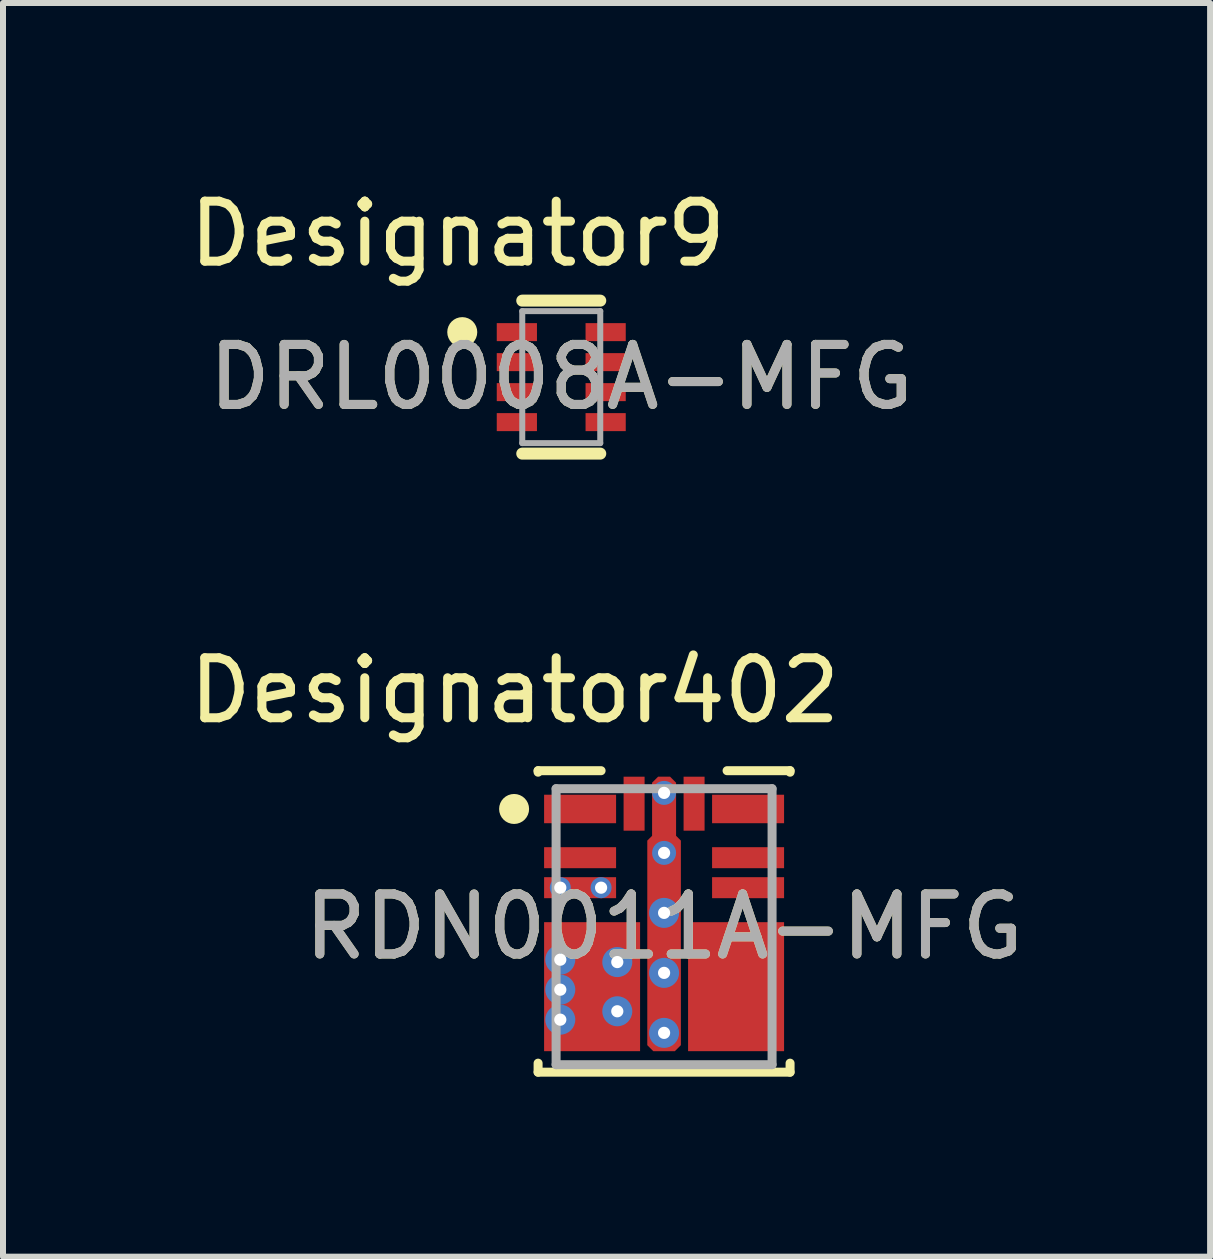
<source format=kicad_pcb>
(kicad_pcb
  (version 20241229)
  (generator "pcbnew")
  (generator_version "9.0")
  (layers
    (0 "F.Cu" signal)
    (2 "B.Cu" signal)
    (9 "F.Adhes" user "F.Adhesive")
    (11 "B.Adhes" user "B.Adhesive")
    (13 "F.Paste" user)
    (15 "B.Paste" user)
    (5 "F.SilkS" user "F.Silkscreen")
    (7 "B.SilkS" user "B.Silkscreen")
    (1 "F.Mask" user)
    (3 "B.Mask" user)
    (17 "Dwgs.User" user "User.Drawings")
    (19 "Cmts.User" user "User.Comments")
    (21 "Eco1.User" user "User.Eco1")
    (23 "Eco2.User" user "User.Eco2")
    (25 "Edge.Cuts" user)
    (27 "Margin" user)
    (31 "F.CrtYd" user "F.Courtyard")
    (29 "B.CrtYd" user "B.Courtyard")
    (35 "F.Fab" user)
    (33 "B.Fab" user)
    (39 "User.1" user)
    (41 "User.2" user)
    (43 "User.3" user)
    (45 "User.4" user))
  (footprint "DRL0008A-MFG"
    (layer "F.Cu")
    (at 6.305 3.236)
    (property "Reference" "DRL0008A-MFG" (at 0 0 0) (unlocked yes) (layer "F.SilkS") (effects (font (size 1 1) (thickness 0.15))))
    (attr smd)
    (fp_line (start -0.65 -1.275) (end 0.65 -1.275) (stroke (width 0.2) (type solid)) (layer "F.SilkS"))
    (fp_line (start -0.65 1.275) (end 0.65 1.275) (stroke (width 0.2) (type solid)) (layer "F.SilkS"))
    (fp_circle (center -1.65 -0.75) (end -1.525 -0.75) (stroke (width 0.25) (type solid)) (fill no) (layer "F.SilkS"))
    (fp_line (start -0.65 -1.1) (end 0.65 -1.1) (stroke (width 0.1) (type solid)) (layer "F.Fab"))
    (fp_line (start -0.65 1.1) (end -0.65 -1.1) (stroke (width 0.1) (type solid)) (layer "F.Fab"))
    (fp_line (start -0.65 1.1) (end 0.65 1.1) (stroke (width 0.1) (type solid)) (layer "F.Fab"))
    (fp_line (start 0.65 1.1) (end 0.65 -1.1) (stroke (width 0.1) (type solid)) (layer "F.Fab"))
    (fp_text user "Designator9" (at -1.727 -2.388 0) (unlocked yes) (layer "F.SilkS") (effects (font (size 1 1) (thickness 0.15))))
    (fp_text user "${REFERENCE}" (at 0 0 0) (unlocked yes) (layer "F.Fab") (effects (font (size 1 1) (thickness 0.15))))
    (pad "1" smd rect (at -0.74 -0.75) (size 0.67 0.3) (layers "F.Cu" "F.Mask" "F.Paste"))
    (pad "2" smd rect (at -0.74 -0.25) (size 0.67 0.3) (layers "F.Cu" "F.Mask" "F.Paste"))
    (pad "3" smd rect (at -0.74 0.25) (size 0.67 0.3) (layers "F.Cu" "F.Mask" "F.Paste"))
    (pad "4" smd rect (at -0.74 0.75) (size 0.67 0.3) (layers "F.Cu" "F.Mask" "F.Paste"))
    (pad "5" smd rect (at 0.74 0.75) (size 0.67 0.3) (layers "F.Cu" "F.Mask" "F.Paste"))
    (pad "6" smd rect (at 0.74 0.25) (size 0.67 0.3) (layers "F.Cu" "F.Mask" "F.Paste"))
    (pad "7" smd rect (at 0.74 -0.25) (size 0.67 0.3) (layers "F.Cu" "F.Mask" "F.Paste"))
    (pad "8" smd rect (at 0.74 -0.75) (size 0.67 0.3) (layers "F.Cu" "F.Mask" "F.Paste")))
  (footprint "RDN0011A-MFG"
    (layer "F.Cu")
    (at 8.019 12.396)
    (property "Reference" "RDN0011A-MFG" (at 0 0 0) (unlocked yes) (layer "F.SilkS") (effects (font (size 1 1) (thickness 0.15))))
    (attr through_hole)
    (fp_poly (pts (xy -0.2 -2.4) (xy -0.1 -2.5) (xy 0.1 -2.5) (xy 0.2 -2.4) (xy 0.2 -1.515) (xy 0.24 -1.475) (xy 0.24 -1.475) (xy 0.28 -1.435) (xy 0.28 1.975) (xy 0.18 2.075) (xy -0.18 2.075) (xy -0.28 1.975) (xy -0.28 -1.435) (xy -0.24 -1.475) (xy -0.24 -1.475) (xy -0.2 -1.515)) (stroke (width 0) (type solid)) (fill yes) (layer "F.Cu"))
    (fp_poly (pts (xy -1.95 -2.099) (xy -1.9 -2.15) (xy -0.9 -2.15) (xy -0.85 -2.099) (xy -0.85 -1.825) (xy -0.9 -1.774) (xy -1.9 -1.774) (xy -1.95 -1.825)) (stroke (width 0) (type solid)) (fill yes) (layer "F.Mask"))
    (fp_poly (pts (xy -1.9 -1.025) (xy -1.95 -1.075) (xy -1.95 -1.225) (xy -1.9 -1.275) (xy -0.9 -1.275) (xy -0.85 -1.225) (xy -0.85 -1.075) (xy -0.9 -1.025)) (stroke (width 0) (type solid)) (fill yes) (layer "F.Mask"))
    (fp_poly (pts (xy -0.9 -0.775) (xy -0.85 -0.725) (xy -0.85 -0.575) (xy -0.9 -0.525) (xy -1.9 -0.525) (xy -1.95 -0.575) (xy -1.95 -0.725) (xy -1.9 -0.775)) (stroke (width 0) (type solid)) (fill yes) (layer "F.Mask"))
    (fp_poly (pts (xy -0.425 -1.65) (xy -0.575 -1.65) (xy -0.625 -1.7) (xy -0.625 -2.4) (xy -0.575 -2.45) (xy -0.425 -2.45) (xy -0.375 -2.4) (xy -0.375 -1.7)) (stroke (width 0) (type solid)) (fill yes) (layer "F.Mask"))
    (fp_poly (pts (xy -0.15 -2.4) (xy -0.1 -2.45) (xy 0.1 -2.45) (xy 0.15 -2.4) (xy 0.15 -0.974) (xy 0.1 -0.924) (xy -0.1 -0.924) (xy -0.15 -0.974)) (stroke (width 0) (type solid)) (fill yes) (layer "F.Mask"))
    (fp_poly (pts (xy 0.575 -1.65) (xy 0.425 -1.65) (xy 0.375 -1.7) (xy 0.375 -2.4) (xy 0.425 -2.45) (xy 0.575 -2.45) (xy 0.625 -2.4) (xy 0.625 -1.7)) (stroke (width 0) (type solid)) (fill yes) (layer "F.Mask"))
    (fp_poly (pts (xy 0.85 -1.075) (xy 0.85 -1.225) (xy 0.9 -1.275) (xy 1.9 -1.275) (xy 1.95 -1.225) (xy 1.95 -1.075) (xy 1.9 -1.025) (xy 0.9 -1.025)) (stroke (width 0) (type solid)) (fill yes) (layer "F.Mask"))
    (fp_poly (pts (xy 0.85 -0.725) (xy 0.9 -0.775) (xy 1.9 -0.775) (xy 1.95 -0.725) (xy 1.95 -0.575) (xy 1.9 -0.525) (xy 0.9 -0.525) (xy 0.85 -0.575)) (stroke (width 0) (type solid)) (fill yes) (layer "F.Mask"))
    (fp_poly (pts (xy 1.95 -2.099) (xy 1.95 -1.825) (xy 1.9 -1.774) (xy 0.9 -1.774) (xy 0.85 -1.825) (xy 0.85 -2.099) (xy 0.9 -2.15) (xy 1.9 -2.15)) (stroke (width 0) (type solid)) (fill yes) (layer "F.Mask"))
    (fp_poly (pts (xy -0.5 2.025) (xy -0.45 1.975) (xy -0.45 0.025) (xy -0.5 -0.025) (xy -1.525 -0.025) (xy -1.575 0.025) (xy -1.575 0.125) (xy -1.625 0.175) (xy -1.9 0.175) (xy -1.95 0.225) (xy -1.95 0.375) (xy -1.9 0.425) (xy -1.625 0.425) (xy -1.575 0.475) (xy -1.575 0.625) (xy -1.625 0.675) (xy -1.9 0.675) (xy -1.95 0.725) (xy -1.95 0.875) (xy -1.9 0.925) (xy -1.625 0.925) (xy -1.575 0.975) (xy -1.575 1.125) (xy -1.625 1.175) (xy -1.9 1.175) (xy -1.95 1.225) (xy -1.95 1.375) (xy -1.9 1.425) (xy -1.625 1.425) (xy -1.575 1.475) (xy -1.575 1.625) (xy -1.625 1.675) (xy -1.9 1.675) (xy -1.95 1.725) (xy -1.95 1.875) (xy -1.9 1.925) (xy -1.625 1.925) (xy -1.575 1.975) (xy -1.575 1.975) (xy -1.525 2.025)) (stroke (width 0) (type solid)) (fill yes) (layer "F.Mask"))
    (fp_poly (pts (xy 0.5 2.025) (xy 0.45 1.975) (xy 0.45 0.025) (xy 0.5 -0.025) (xy 1.525 -0.025) (xy 1.575 0.025) (xy 1.575 0.125) (xy 1.625 0.175) (xy 1.9 0.175) (xy 1.95 0.225) (xy 1.95 0.375) (xy 1.9 0.425) (xy 1.625 0.425) (xy 1.575 0.475) (xy 1.575 0.625) (xy 1.625 0.675) (xy 1.9 0.675) (xy 1.95 0.725) (xy 1.95 0.875) (xy 1.9 0.925) (xy 1.625 0.925) (xy 1.575 0.975) (xy 1.575 1.125) (xy 1.625 1.175) (xy 1.9 1.175) (xy 1.95 1.225) (xy 1.95 1.375) (xy 1.9 1.425) (xy 1.625 1.425) (xy 1.575 1.475) (xy 1.575 1.625) (xy 1.625 1.675) (xy 1.9 1.675) (xy 1.95 1.725) (xy 1.95 1.875) (xy 1.9 1.925) (xy 1.625 1.925) (xy 1.575 1.975) (xy 1.575 1.975) (xy 1.525 2.025)) (stroke (width 0) (type solid)) (fill yes) (layer "F.Mask"))
    (fp_line (start -2.1 -2.6) (end -1.05 -2.6) (stroke (width 0.15) (type solid)) (layer "F.SilkS"))
    (fp_line (start -2.1 -2.575) (end -2.1 -2.6) (stroke (width 0.15) (type solid)) (layer "F.SilkS"))
    (fp_line (start -2.1 2.425) (end -2.1 2.275) (stroke (width 0.15) (type solid)) (layer "F.SilkS"))
    (fp_line (start -2.1 2.425) (end 2.1 2.425) (stroke (width 0.15) (type solid)) (layer "F.SilkS"))
    (fp_line (start 1.05 -2.6) (end 2.1 -2.6) (stroke (width 0.15) (type solid)) (layer "F.SilkS"))
    (fp_line (start 2.1 -2.575) (end 2.1 -2.6) (stroke (width 0.15) (type solid)) (layer "F.SilkS"))
    (fp_line (start 2.1 2.425) (end 2.1 2.275) (stroke (width 0.15) (type solid)) (layer "F.SilkS"))
    (fp_circle (center -2.5 -1.962) (end -2.375 -1.962) (stroke (width 0.25) (type solid)) (fill no) (layer "F.SilkS"))
    (fp_poly (pts (xy -1.95 -2.099) (xy -1.9 -2.15) (xy -0.9 -2.15) (xy -0.85 -2.099) (xy -0.85 -1.825) (xy -0.9 -1.774) (xy -1.9 -1.774) (xy -1.95 -1.825)) (stroke (width 0) (type solid)) (fill yes) (layer "F.Paste"))
    (fp_poly (pts (xy -1.9 -1.025) (xy -1.95 -1.075) (xy -1.95 -1.225) (xy -1.9 -1.275) (xy -0.9 -1.275) (xy -0.85 -1.225) (xy -0.85 -1.075) (xy -0.9 -1.025)) (stroke (width 0) (type solid)) (fill yes) (layer "F.Paste"))
    (fp_poly (pts (xy -1.575 0.225) (xy -1.575 0.375) (xy -1.625 0.425) (xy -1.9 0.425) (xy -1.95 0.375) (xy -1.95 0.225) (xy -1.9 0.175) (xy -1.625 0.175)) (stroke (width 0) (type solid)) (fill yes) (layer "F.Paste"))
    (fp_poly (pts (xy -1.575 0.725) (xy -1.575 0.875) (xy -1.625 0.925) (xy -1.9 0.925) (xy -1.95 0.875) (xy -1.95 0.725) (xy -1.9 0.675) (xy -1.625 0.675)) (stroke (width 0) (type solid)) (fill yes) (layer "F.Paste"))
    (fp_poly (pts (xy -1.575 1.225) (xy -1.575 1.375) (xy -1.625 1.425) (xy -1.9 1.425) (xy -1.95 1.375) (xy -1.95 1.225) (xy -1.9 1.175) (xy -1.625 1.175)) (stroke (width 0) (type solid)) (fill yes) (layer "F.Paste"))
    (fp_poly (pts (xy -1.575 1.725) (xy -1.575 1.875) (xy -1.625 1.925) (xy -1.9 1.925) (xy -1.95 1.875) (xy -1.95 1.725) (xy -1.9 1.675) (xy -1.625 1.675)) (stroke (width 0) (type solid)) (fill yes) (layer "F.Paste"))
    (fp_poly (pts (xy -1.38 0.443) (xy -1.38 0.028) (xy -1.33 -0.022) (xy -0.5 -0.022) (xy -0.45 0.028) (xy -0.45 0.443) (xy -0.5 0.493) (xy -1.33 0.493)) (stroke (width 0) (type solid)) (fill yes) (layer "F.Paste"))
    (fp_poly (pts (xy -1.33 1.31) (xy -1.38 1.26) (xy -1.38 0.74) (xy -1.33 0.69) (xy -0.5 0.69) (xy -0.45 0.74) (xy -0.45 1.26) (xy -0.5 1.31)) (stroke (width 0) (type solid)) (fill yes) (layer "F.Paste"))
    (fp_poly (pts (xy -1.33 1.512) (xy -0.5 1.512) (xy -0.45 1.562) (xy -0.45 1.977) (xy -0.5 2.027) (xy -1.33 2.027) (xy -1.38 1.977) (xy -1.38 1.562)) (stroke (width 0) (type solid)) (fill yes) (layer "F.Paste"))
    (fp_poly (pts (xy -0.9 -0.775) (xy -0.85 -0.725) (xy -0.85 -0.575) (xy -0.9 -0.525) (xy -1.9 -0.525) (xy -1.95 -0.575) (xy -1.95 -0.725) (xy -1.9 -0.775)) (stroke (width 0) (type solid)) (fill yes) (layer "F.Paste"))
    (fp_poly (pts (xy -0.425 -1.65) (xy -0.575 -1.65) (xy -0.625 -1.7) (xy -0.625 -2.4) (xy -0.575 -2.45) (xy -0.425 -2.45) (xy -0.375 -2.4) (xy -0.375 -1.7)) (stroke (width 0) (type solid)) (fill yes) (layer "F.Paste"))
    (fp_poly (pts (xy -0.15 -2.4) (xy -0.1 -2.45) (xy 0.1 -2.45) (xy 0.15 -2.4) (xy 0.15 -0.974) (xy 0.1 -0.924) (xy -0.1 -0.924) (xy -0.15 -0.974)) (stroke (width 0) (type solid)) (fill yes) (layer "F.Paste"))
    (fp_poly (pts (xy 0.45 1.26) (xy 0.45 0.74) (xy 0.5 0.69) (xy 1.33 0.69) (xy 1.38 0.74) (xy 1.38 1.26) (xy 1.33 1.31) (xy 0.5 1.31)) (stroke (width 0) (type solid)) (fill yes) (layer "F.Paste"))
    (fp_poly (pts (xy 0.575 -1.65) (xy 0.425 -1.65) (xy 0.375 -1.7) (xy 0.375 -2.4) (xy 0.425 -2.45) (xy 0.575 -2.45) (xy 0.625 -2.4) (xy 0.625 -1.7)) (stroke (width 0) (type solid)) (fill yes) (layer "F.Paste"))
    (fp_poly (pts (xy 0.85 -1.075) (xy 0.85 -1.225) (xy 0.9 -1.275) (xy 1.9 -1.275) (xy 1.95 -1.225) (xy 1.95 -1.075) (xy 1.9 -1.025) (xy 0.9 -1.025)) (stroke (width 0) (type solid)) (fill yes) (layer "F.Paste"))
    (fp_poly (pts (xy 0.85 -0.725) (xy 0.9 -0.775) (xy 1.9 -0.775) (xy 1.95 -0.725) (xy 1.95 -0.575) (xy 1.9 -0.525) (xy 0.9 -0.525) (xy 0.85 -0.575)) (stroke (width 0) (type solid)) (fill yes) (layer "F.Paste"))
    (fp_poly (pts (xy 1.33 0.493) (xy 0.5 0.493) (xy 0.45 0.443) (xy 0.45 0.028) (xy 0.5 -0.022) (xy 1.33 -0.022) (xy 1.38 0.028) (xy 1.38 0.443)) (stroke (width 0) (type solid)) (fill yes) (layer "F.Paste"))
    (fp_poly (pts (xy 1.38 1.562) (xy 1.38 1.977) (xy 1.33 2.027) (xy 0.5 2.027) (xy 0.45 1.977) (xy 0.45 1.562) (xy 0.5 1.512) (xy 1.33 1.512)) (stroke (width 0) (type solid)) (fill yes) (layer "F.Paste"))
    (fp_poly (pts (xy 1.95 0.225) (xy 1.95 0.375) (xy 1.9 0.425) (xy 1.625 0.425) (xy 1.575 0.375) (xy 1.575 0.225) (xy 1.625 0.175) (xy 1.9 0.175)) (stroke (width 0) (type solid)) (fill yes) (layer "F.Paste"))
    (fp_poly (pts (xy 1.95 0.725) (xy 1.95 0.875) (xy 1.9 0.925) (xy 1.625 0.925) (xy 1.575 0.875) (xy 1.575 0.725) (xy 1.625 0.675) (xy 1.9 0.675)) (stroke (width 0) (type solid)) (fill yes) (layer "F.Paste"))
    (fp_poly (pts (xy 1.95 1.225) (xy 1.95 1.375) (xy 1.9 1.425) (xy 1.625 1.425) (xy 1.575 1.375) (xy 1.575 1.225) (xy 1.625 1.175) (xy 1.9 1.175)) (stroke (width 0) (type solid)) (fill yes) (layer "F.Paste"))
    (fp_poly (pts (xy 1.95 1.725) (xy 1.95 1.875) (xy 1.9 1.925) (xy 1.625 1.925) (xy 1.575 1.875) (xy 1.575 1.725) (xy 1.625 1.675) (xy 1.9 1.675)) (stroke (width 0) (type solid)) (fill yes) (layer "F.Paste"))
    (fp_poly (pts (xy 1.95 -2.099) (xy 1.95 -1.825) (xy 1.9 -1.774) (xy 0.9 -1.774) (xy 0.85 -1.825) (xy 0.85 -2.099) (xy 0.9 -2.15) (xy 1.9 -2.15)) (stroke (width 0) (type solid)) (fill yes) (layer "F.Paste"))
    (fp_line (start -1.8 -2.3) (end 1.8 -2.3) (stroke (width 0.15) (type solid)) (layer "F.Fab"))
    (fp_line (start -1.8 2.3) (end -1.8 -2.3) (stroke (width 0.15) (type solid)) (layer "F.Fab"))
    (fp_line (start -1.8 2.3) (end 1.8 2.3) (stroke (width 0.15) (type solid)) (layer "F.Fab"))
    (fp_line (start 1.8 2.3) (end 1.8 -2.3) (stroke (width 0.15) (type solid)) (layer "F.Fab"))
    (fp_text user "Designator402" (at -2.489 -3.937 0) (unlocked yes) (layer "F.SilkS") (effects (font (size 1 1) (thickness 0.15))))
    (fp_text user "${REFERENCE}" (at 0 0 0) (unlocked yes) (layer "F.Fab") (effects (font (size 1 1) (thickness 0.15))))
    (pad "1" smd rect (at -1.4 -1.962) (size 1.2 0.475) (layers "F.Cu"))
    (pad "2" smd rect (at -1.4 -1.15) (size 1.2 0.35) (layers "F.Cu"))
    (pad "3" smd rect (at -1.4 -0.65) (size 1.2 0.35) (layers "F.Cu"))
    (pad "4" smd rect (at -1.2 1) (size 1.6 2.15) (layers "F.Cu"))
    (pad "5" smd rect (at 1.2 1) (size 1.6 2.15) (layers "F.Cu"))
    (pad "6" smd rect (at 1.4 -0.65) (size 1.2 0.35) (layers "F.Cu"))
    (pad "7" smd rect (at 1.4 -1.15) (size 1.2 0.35) (layers "F.Cu"))
    (pad "8" smd rect (at 1.4 -1.962) (size 1.2 0.475) (layers "F.Cu"))
    (pad "9" smd rect (at 0.5 -2.05) (size 0.35 0.9) (layers "F.Cu"))
    (pad "10" smd circle (at 0 -1.005) (size 0.504 0.504) (layers "F.Cu"))
    (pad "11" smd rect (at -0.5 -2.05) (size 0.35 0.9) (layers "F.Cu"))
    (pad "12" thru_hole circle (at -1.05 -0.65) (size 0.35 0.35) (drill 0.203) (layers "*.Cu" "*.Mask"))
    (pad "13" thru_hole circle (at -1.73 -0.65) (size 0.35 0.35) (drill 0.203) (layers "*.Cu" "*.Mask"))
    (pad "14" thru_hole circle (at -0.78 1.41) (size 0.5 0.5) (drill 0.203) (layers "*.Cu" "*.Mask"))
    (pad "15" thru_hole circle (at -0.78 0.59) (size 0.5 0.5) (drill 0.203) (layers "*.Cu" "*.Mask"))
    (pad "16" thru_hole circle (at -1.73 1.55) (size 0.5 0.5) (drill 0.203) (layers "*.Cu" "*.Mask"))
    (pad "17" thru_hole circle (at -1.73 1.05) (size 0.5 0.5) (drill 0.203) (layers "*.Cu" "*.Mask"))
    (pad "18" thru_hole circle (at -1.73 0.55) (size 0.5 0.5) (drill 0.203) (layers "*.Cu" "*.Mask"))
    (pad "19" thru_hole circle (at 0 -2.23) (size 0.4 0.4) (drill 0.203) (layers "*.Cu" "*.Mask"))
    (pad "20" thru_hole circle (at 0 -1.23) (size 0.4 0.4) (drill 0.203) (layers "*.Cu" "*.Mask"))
    (pad "21" thru_hole circle (at 0 -0.23) (size 0.5 0.5) (drill 0.203) (layers "*.Cu" "*.Mask"))
    (pad "22" thru_hole circle (at 0 0.77) (size 0.5 0.5) (drill 0.203) (layers "*.Cu" "*.Mask"))
    (pad "23" thru_hole circle (at 0 1.77) (size 0.5 0.5) (drill 0.203) (layers "*.Cu" "*.Mask")))
  (gr_rect
    (start -3 -3)
    (end 17.12 17.896)
    (stroke (width 0.1) (type default))
    (fill no)
    (layer "Edge.Cuts")))
</source>
